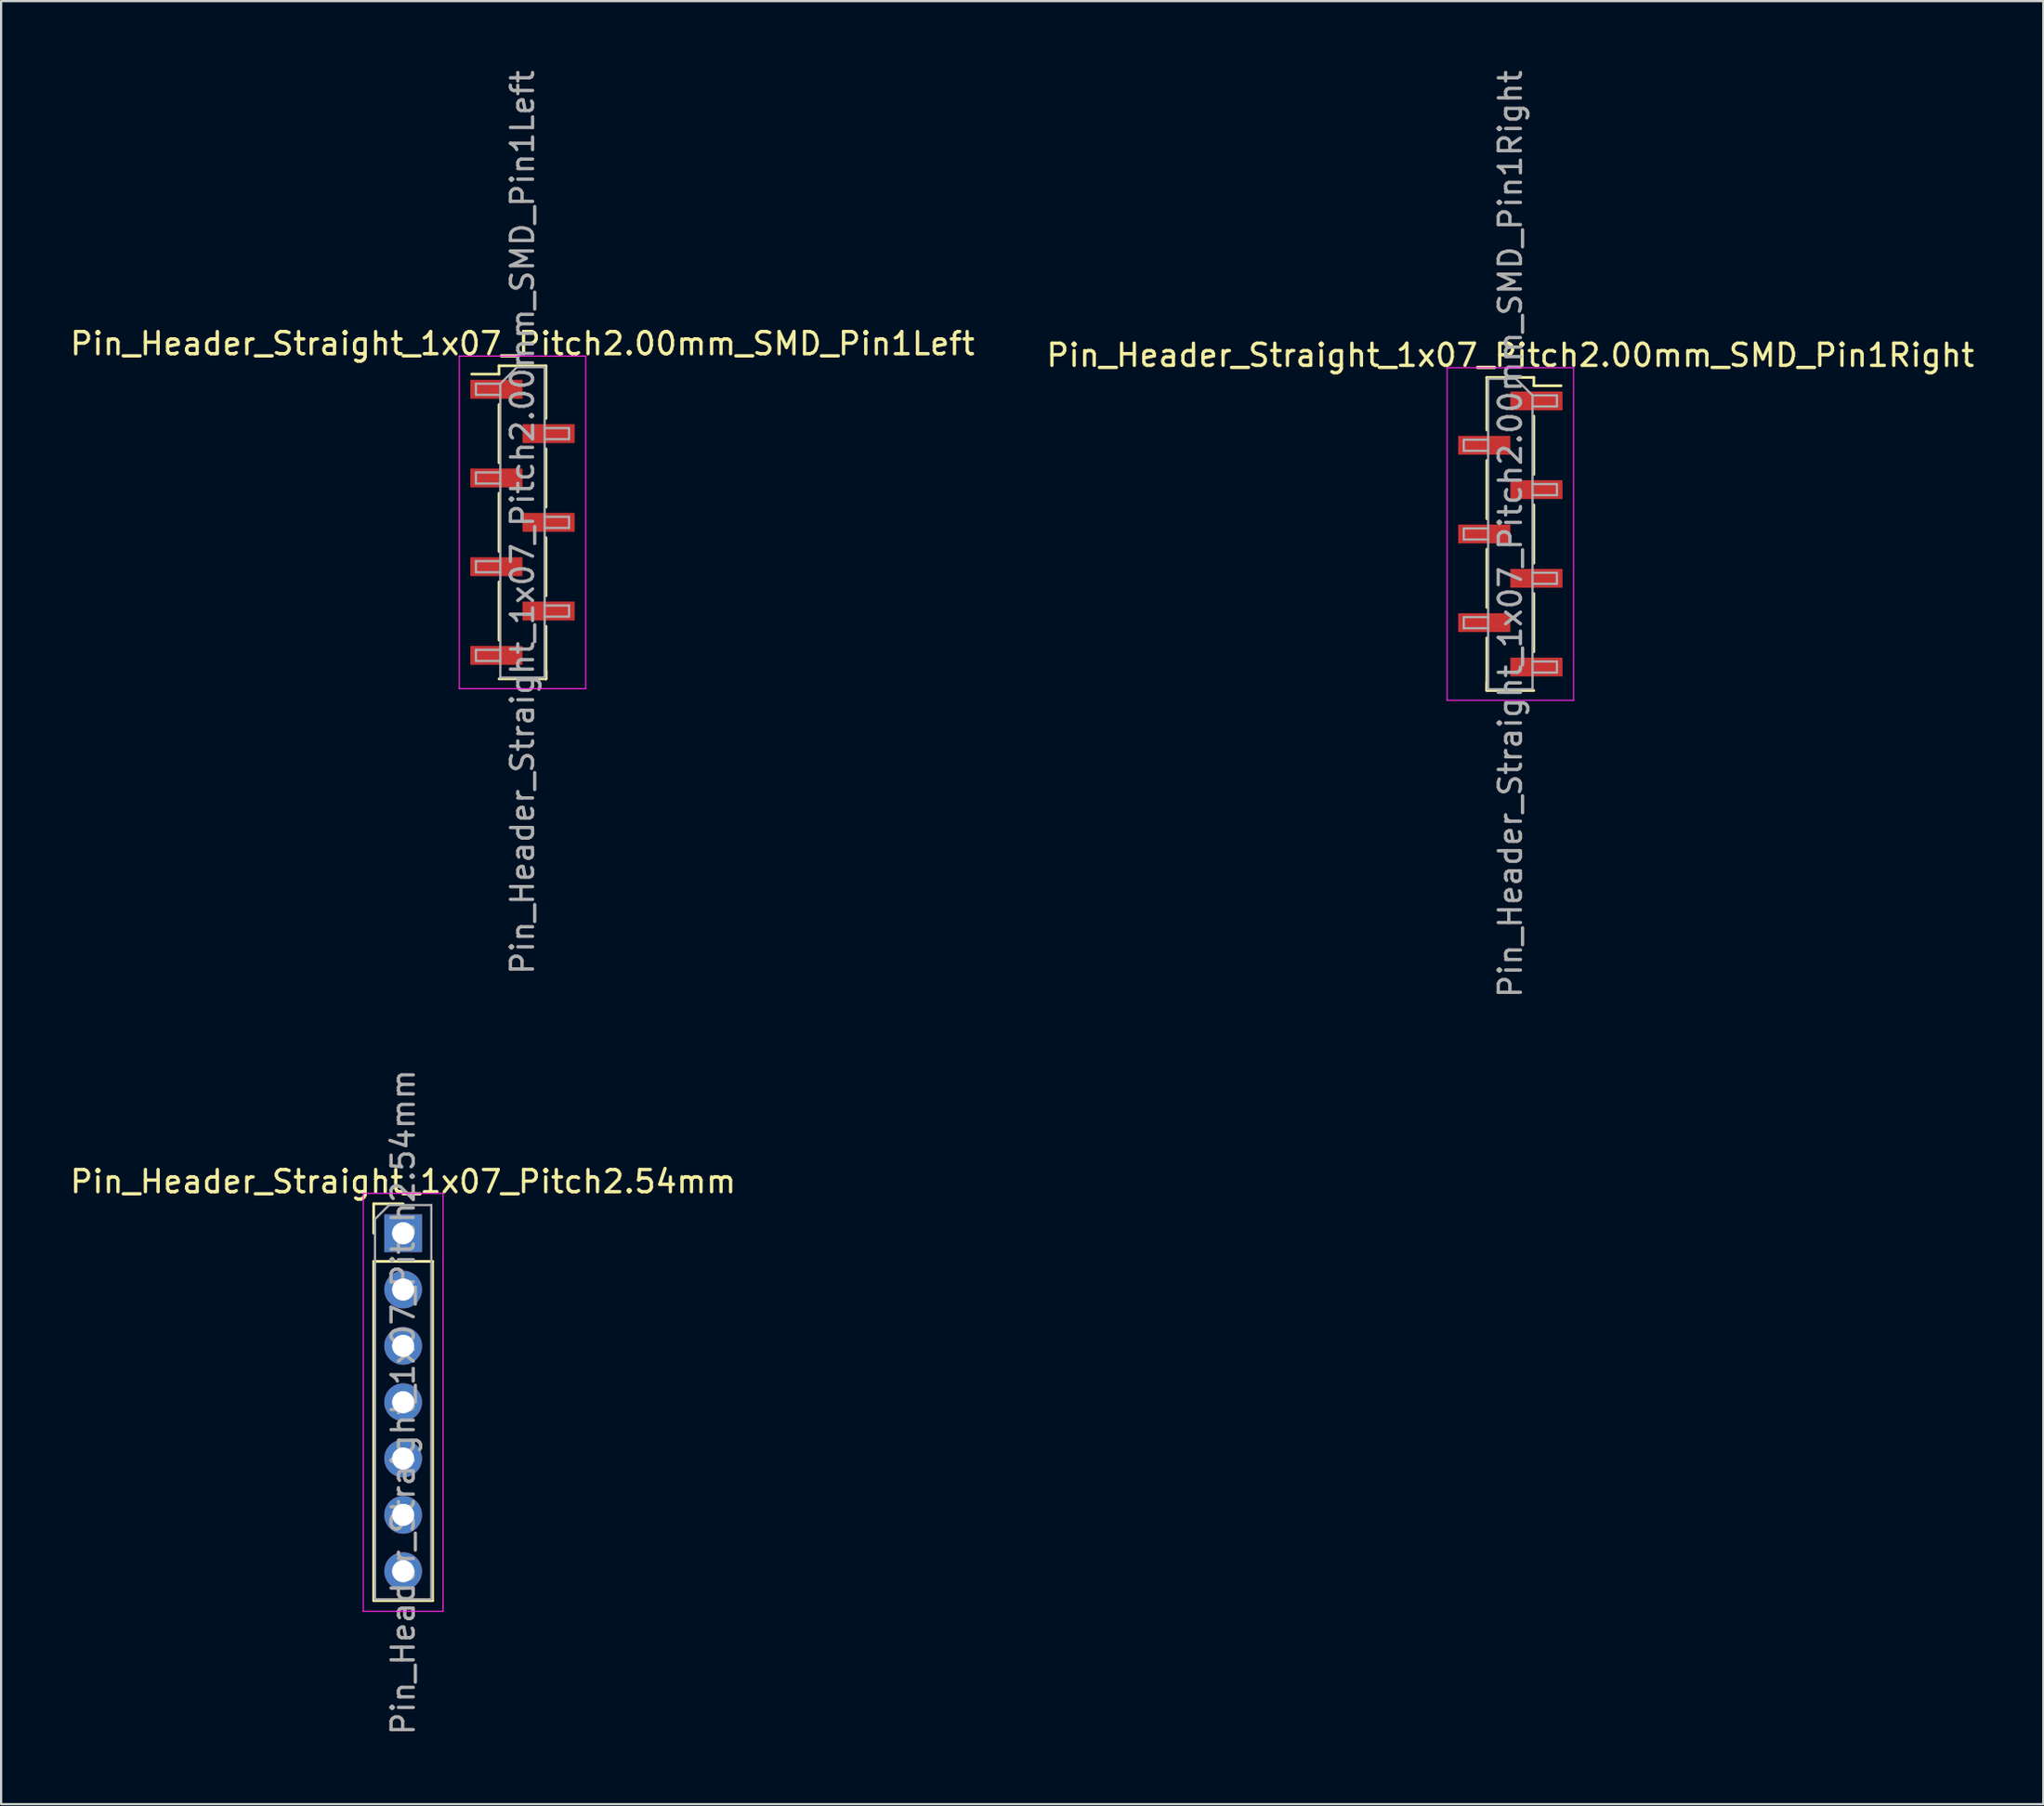
<source format=kicad_pcb>
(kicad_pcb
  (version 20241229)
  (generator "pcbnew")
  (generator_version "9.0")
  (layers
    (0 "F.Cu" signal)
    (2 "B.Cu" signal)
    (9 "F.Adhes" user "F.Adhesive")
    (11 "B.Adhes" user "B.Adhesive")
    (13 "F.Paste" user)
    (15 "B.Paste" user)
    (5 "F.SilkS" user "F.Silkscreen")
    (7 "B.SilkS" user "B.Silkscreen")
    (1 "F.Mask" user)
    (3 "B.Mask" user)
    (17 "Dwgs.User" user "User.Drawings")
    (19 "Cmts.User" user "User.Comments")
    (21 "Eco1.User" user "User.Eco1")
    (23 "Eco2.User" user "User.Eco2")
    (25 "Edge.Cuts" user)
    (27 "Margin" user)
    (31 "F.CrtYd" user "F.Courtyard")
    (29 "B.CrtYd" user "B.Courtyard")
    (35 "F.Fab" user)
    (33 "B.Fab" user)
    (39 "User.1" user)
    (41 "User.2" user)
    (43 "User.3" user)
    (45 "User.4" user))
  (footprint "Pin_Header_Straight_1x07_Pitch2.00mm_SMD_Pin1Left"
    (layer "F.Cu")
    (at 20.506 20.506)
    (property "Reference" "Pin_Header_Straight_1x07_Pitch2.00mm_SMD_Pin1Left" (at 0 -8.06 0) (layer "F.SilkS") (effects (font (size 1 1) (thickness 0.15))))
    (attr smd)
    (fp_line (start -1.06 -7.06) (end -1.06 -6.685) (stroke (width 0.12) (type solid)) (layer "F.SilkS"))
    (fp_line (start -1.06 -7.06) (end 1.06 -7.06) (stroke (width 0.12) (type solid)) (layer "F.SilkS"))
    (fp_line (start -1.06 -6.685) (end -2.29 -6.685) (stroke (width 0.12) (type solid)) (layer "F.SilkS"))
    (fp_line (start -1.06 -5.315) (end -1.06 -2.685) (stroke (width 0.12) (type solid)) (layer "F.SilkS"))
    (fp_line (start -1.06 -1.315) (end -1.06 1.315) (stroke (width 0.12) (type solid)) (layer "F.SilkS"))
    (fp_line (start -1.06 2.685) (end -1.06 5.315) (stroke (width 0.12) (type solid)) (layer "F.SilkS"))
    (fp_line (start -1.06 7.06) (end 1.06 7.06) (stroke (width 0.12) (type solid)) (layer "F.SilkS"))
    (fp_line (start 1.06 -7.06) (end 1.06 -4.685) (stroke (width 0.12) (type solid)) (layer "F.SilkS"))
    (fp_line (start 1.06 -3.315) (end 1.06 -0.685) (stroke (width 0.12) (type solid)) (layer "F.SilkS"))
    (fp_line (start 1.06 0.685) (end 1.06 3.315) (stroke (width 0.12) (type solid)) (layer "F.SilkS"))
    (fp_line (start 1.06 4.685) (end 1.06 7.06) (stroke (width 0.12) (type solid)) (layer "F.SilkS"))
    (fp_line (start 1.06 6.685) (end 1.06 7.06) (stroke (width 0.12) (type solid)) (layer "F.SilkS"))
    (fp_line (start -2.85 -7.5) (end -2.85 7.5) (stroke (width 0.05) (type solid)) (layer "F.CrtYd"))
    (fp_line (start -2.85 7.5) (end 2.85 7.5) (stroke (width 0.05) (type solid)) (layer "F.CrtYd"))
    (fp_line (start 2.85 -7.5) (end -2.85 -7.5) (stroke (width 0.05) (type solid)) (layer "F.CrtYd"))
    (fp_line (start 2.85 7.5) (end 2.85 -7.5) (stroke (width 0.05) (type solid)) (layer "F.CrtYd"))
    (fp_line (start -2.1 -6.25) (end -2.1 -5.75) (stroke (width 0.1) (type solid)) (layer "F.Fab"))
    (fp_line (start -2.1 -5.75) (end -1 -5.75) (stroke (width 0.1) (type solid)) (layer "F.Fab"))
    (fp_line (start -2.1 -2.25) (end -2.1 -1.75) (stroke (width 0.1) (type solid)) (layer "F.Fab"))
    (fp_line (start -2.1 -1.75) (end -1 -1.75) (stroke (width 0.1) (type solid)) (layer "F.Fab"))
    (fp_line (start -2.1 1.75) (end -2.1 2.25) (stroke (width 0.1) (type solid)) (layer "F.Fab"))
    (fp_line (start -2.1 2.25) (end -1 2.25) (stroke (width 0.1) (type solid)) (layer "F.Fab"))
    (fp_line (start -2.1 5.75) (end -2.1 6.25) (stroke (width 0.1) (type solid)) (layer "F.Fab"))
    (fp_line (start -2.1 6.25) (end -1 6.25) (stroke (width 0.1) (type solid)) (layer "F.Fab"))
    (fp_line (start -1 -6.25) (end -2.1 -6.25) (stroke (width 0.1) (type solid)) (layer "F.Fab"))
    (fp_line (start -1 -6.25) (end -0.25 -7) (stroke (width 0.1) (type solid)) (layer "F.Fab"))
    (fp_line (start -1 -2.25) (end -2.1 -2.25) (stroke (width 0.1) (type solid)) (layer "F.Fab"))
    (fp_line (start -1 1.75) (end -2.1 1.75) (stroke (width 0.1) (type solid)) (layer "F.Fab"))
    (fp_line (start -1 5.75) (end -2.1 5.75) (stroke (width 0.1) (type solid)) (layer "F.Fab"))
    (fp_line (start -1 7) (end -1 -6.25) (stroke (width 0.1) (type solid)) (layer "F.Fab"))
    (fp_line (start -0.25 -7) (end 1 -7) (stroke (width 0.1) (type solid)) (layer "F.Fab"))
    (fp_line (start 1 -7) (end 1 7) (stroke (width 0.1) (type solid)) (layer "F.Fab"))
    (fp_line (start 1 -4.25) (end 2.1 -4.25) (stroke (width 0.1) (type solid)) (layer "F.Fab"))
    (fp_line (start 1 -0.25) (end 2.1 -0.25) (stroke (width 0.1) (type solid)) (layer "F.Fab"))
    (fp_line (start 1 3.75) (end 2.1 3.75) (stroke (width 0.1) (type solid)) (layer "F.Fab"))
    (fp_line (start 1 7) (end -1 7) (stroke (width 0.1) (type solid)) (layer "F.Fab"))
    (fp_line (start 2.1 -4.25) (end 2.1 -3.75) (stroke (width 0.1) (type solid)) (layer "F.Fab"))
    (fp_line (start 2.1 -3.75) (end 1 -3.75) (stroke (width 0.1) (type solid)) (layer "F.Fab"))
    (fp_line (start 2.1 -0.25) (end 2.1 0.25) (stroke (width 0.1) (type solid)) (layer "F.Fab"))
    (fp_line (start 2.1 0.25) (end 1 0.25) (stroke (width 0.1) (type solid)) (layer "F.Fab"))
    (fp_line (start 2.1 3.75) (end 2.1 4.25) (stroke (width 0.1) (type solid)) (layer "F.Fab"))
    (fp_line (start 2.1 4.25) (end 1 4.25) (stroke (width 0.1) (type solid)) (layer "F.Fab"))
    (fp_text user "${REFERENCE}" (at 0 0 90) (layer "F.Fab") (effects (font (size 1 1) (thickness 0.15))))
    (pad "1" smd rect (at -1.175 -6) (size 2.35 0.85) (layers "F.Cu" "F.Mask" "F.Paste"))
    (pad "2" smd rect (at 1.175 -4) (size 2.35 0.85) (layers "F.Cu" "F.Mask" "F.Paste"))
    (pad "3" smd rect (at -1.175 -2) (size 2.35 0.85) (layers "F.Cu" "F.Mask" "F.Paste"))
    (pad "4" smd rect (at 1.175 0) (size 2.35 0.85) (layers "F.Cu" "F.Mask" "F.Paste"))
    (pad "5" smd rect (at -1.175 2) (size 2.35 0.85) (layers "F.Cu" "F.Mask" "F.Paste"))
    (pad "6" smd rect (at 1.175 4) (size 2.35 0.85) (layers "F.Cu" "F.Mask" "F.Paste"))
    (pad "7" smd rect (at -1.175 6) (size 2.35 0.85) (layers "F.Cu" "F.Mask" "F.Paste")))
  (footprint "Pin_Header_Straight_1x07_Pitch2.00mm_SMD_Pin1Right"
    (layer "F.Cu")
    (at 65.042 21.03)
    (property "Reference" "Pin_Header_Straight_1x07_Pitch2.00mm_SMD_Pin1Right" (at 0 -8.06 0) (layer "F.SilkS") (effects (font (size 1 1) (thickness 0.15))))
    (attr smd)
    (fp_line (start -1.06 -7.06) (end -1.06 -4.685) (stroke (width 0.12) (type solid)) (layer "F.SilkS"))
    (fp_line (start -1.06 -7.06) (end 1.06 -7.06) (stroke (width 0.12) (type solid)) (layer "F.SilkS"))
    (fp_line (start -1.06 -3.315) (end -1.06 -0.685) (stroke (width 0.12) (type solid)) (layer "F.SilkS"))
    (fp_line (start -1.06 0.685) (end -1.06 3.315) (stroke (width 0.12) (type solid)) (layer "F.SilkS"))
    (fp_line (start -1.06 4.685) (end -1.06 7.06) (stroke (width 0.12) (type solid)) (layer "F.SilkS"))
    (fp_line (start -1.06 6.685) (end -1.06 7.06) (stroke (width 0.12) (type solid)) (layer "F.SilkS"))
    (fp_line (start -1.06 7.06) (end 1.06 7.06) (stroke (width 0.12) (type solid)) (layer "F.SilkS"))
    (fp_line (start 1.06 -7.06) (end 1.06 -6.685) (stroke (width 0.12) (type solid)) (layer "F.SilkS"))
    (fp_line (start 1.06 -6.685) (end 2.29 -6.685) (stroke (width 0.12) (type solid)) (layer "F.SilkS"))
    (fp_line (start 1.06 -5.315) (end 1.06 -2.685) (stroke (width 0.12) (type solid)) (layer "F.SilkS"))
    (fp_line (start 1.06 -1.315) (end 1.06 1.315) (stroke (width 0.12) (type solid)) (layer "F.SilkS"))
    (fp_line (start 1.06 2.685) (end 1.06 5.315) (stroke (width 0.12) (type solid)) (layer "F.SilkS"))
    (fp_line (start -2.85 -7.5) (end -2.85 7.5) (stroke (width 0.05) (type solid)) (layer "F.CrtYd"))
    (fp_line (start -2.85 7.5) (end 2.85 7.5) (stroke (width 0.05) (type solid)) (layer "F.CrtYd"))
    (fp_line (start 2.85 -7.5) (end -2.85 -7.5) (stroke (width 0.05) (type solid)) (layer "F.CrtYd"))
    (fp_line (start 2.85 7.5) (end 2.85 -7.5) (stroke (width 0.05) (type solid)) (layer "F.CrtYd"))
    (fp_line (start -2.1 -4.25) (end -2.1 -3.75) (stroke (width 0.1) (type solid)) (layer "F.Fab"))
    (fp_line (start -2.1 -3.75) (end -1 -3.75) (stroke (width 0.1) (type solid)) (layer "F.Fab"))
    (fp_line (start -2.1 -0.25) (end -2.1 0.25) (stroke (width 0.1) (type solid)) (layer "F.Fab"))
    (fp_line (start -2.1 0.25) (end -1 0.25) (stroke (width 0.1) (type solid)) (layer "F.Fab"))
    (fp_line (start -2.1 3.75) (end -2.1 4.25) (stroke (width 0.1) (type solid)) (layer "F.Fab"))
    (fp_line (start -2.1 4.25) (end -1 4.25) (stroke (width 0.1) (type solid)) (layer "F.Fab"))
    (fp_line (start -1 -7) (end -1 7) (stroke (width 0.1) (type solid)) (layer "F.Fab"))
    (fp_line (start -1 -7) (end 0.25 -7) (stroke (width 0.1) (type solid)) (layer "F.Fab"))
    (fp_line (start -1 -4.25) (end -2.1 -4.25) (stroke (width 0.1) (type solid)) (layer "F.Fab"))
    (fp_line (start -1 -0.25) (end -2.1 -0.25) (stroke (width 0.1) (type solid)) (layer "F.Fab"))
    (fp_line (start -1 3.75) (end -2.1 3.75) (stroke (width 0.1) (type solid)) (layer "F.Fab"))
    (fp_line (start 1 -6.25) (end 0.25 -7) (stroke (width 0.1) (type solid)) (layer "F.Fab"))
    (fp_line (start 1 -6.25) (end 2.1 -6.25) (stroke (width 0.1) (type solid)) (layer "F.Fab"))
    (fp_line (start 1 -2.25) (end 2.1 -2.25) (stroke (width 0.1) (type solid)) (layer "F.Fab"))
    (fp_line (start 1 1.75) (end 2.1 1.75) (stroke (width 0.1) (type solid)) (layer "F.Fab"))
    (fp_line (start 1 5.75) (end 2.1 5.75) (stroke (width 0.1) (type solid)) (layer "F.Fab"))
    (fp_line (start 1 7) (end -1 7) (stroke (width 0.1) (type solid)) (layer "F.Fab"))
    (fp_line (start 1 7) (end 1 -6.25) (stroke (width 0.1) (type solid)) (layer "F.Fab"))
    (fp_line (start 2.1 -6.25) (end 2.1 -5.75) (stroke (width 0.1) (type solid)) (layer "F.Fab"))
    (fp_line (start 2.1 -5.75) (end 1 -5.75) (stroke (width 0.1) (type solid)) (layer "F.Fab"))
    (fp_line (start 2.1 -2.25) (end 2.1 -1.75) (stroke (width 0.1) (type solid)) (layer "F.Fab"))
    (fp_line (start 2.1 -1.75) (end 1 -1.75) (stroke (width 0.1) (type solid)) (layer "F.Fab"))
    (fp_line (start 2.1 1.75) (end 2.1 2.25) (stroke (width 0.1) (type solid)) (layer "F.Fab"))
    (fp_line (start 2.1 2.25) (end 1 2.25) (stroke (width 0.1) (type solid)) (layer "F.Fab"))
    (fp_line (start 2.1 5.75) (end 2.1 6.25) (stroke (width 0.1) (type solid)) (layer "F.Fab"))
    (fp_line (start 2.1 6.25) (end 1 6.25) (stroke (width 0.1) (type solid)) (layer "F.Fab"))
    (fp_text user "${REFERENCE}" (at 0 0 90) (layer "F.Fab") (effects (font (size 1 1) (thickness 0.15))))
    (pad "1" smd rect (at 1.175 -6) (size 2.35 0.85) (layers "F.Cu" "F.Mask" "F.Paste"))
    (pad "2" smd rect (at -1.175 -4) (size 2.35 0.85) (layers "F.Cu" "F.Mask" "F.Paste"))
    (pad "3" smd rect (at 1.175 -2) (size 2.35 0.85) (layers "F.Cu" "F.Mask" "F.Paste"))
    (pad "4" smd rect (at -1.175 0) (size 2.35 0.85) (layers "F.Cu" "F.Mask" "F.Paste"))
    (pad "5" smd rect (at 1.175 2) (size 2.35 0.85) (layers "F.Cu" "F.Mask" "F.Paste"))
    (pad "6" smd rect (at -1.175 4) (size 2.35 0.85) (layers "F.Cu" "F.Mask" "F.Paste"))
    (pad "7" smd rect (at 1.175 6) (size 2.35 0.85) (layers "F.Cu" "F.Mask" "F.Paste")))
  (footprint "Pin_Header_Straight_1x07_Pitch2.54mm"
    (layer "F.Cu")
    (at 15.125 52.565)
    (property "Reference" "Pin_Header_Straight_1x07_Pitch2.54mm" (at 0 -2.33 0) (layer "F.SilkS") (effects (font (size 1 1) (thickness 0.15))))
    (attr through_hole)
    (fp_line (start -1.33 -1.33) (end 0 -1.33) (stroke (width 0.12) (type solid)) (layer "F.SilkS"))
    (fp_line (start -1.33 0) (end -1.33 -1.33) (stroke (width 0.12) (type solid)) (layer "F.SilkS"))
    (fp_line (start -1.33 1.27) (end -1.33 16.57) (stroke (width 0.12) (type solid)) (layer "F.SilkS"))
    (fp_line (start -1.33 1.27) (end 1.33 1.27) (stroke (width 0.12) (type solid)) (layer "F.SilkS"))
    (fp_line (start -1.33 16.57) (end 1.33 16.57) (stroke (width 0.12) (type solid)) (layer "F.SilkS"))
    (fp_line (start 1.33 1.27) (end 1.33 16.57) (stroke (width 0.12) (type solid)) (layer "F.SilkS"))
    (fp_line (start -1.8 -1.8) (end -1.8 17.05) (stroke (width 0.05) (type solid)) (layer "F.CrtYd"))
    (fp_line (start -1.8 17.05) (end 1.8 17.05) (stroke (width 0.05) (type solid)) (layer "F.CrtYd"))
    (fp_line (start 1.8 -1.8) (end -1.8 -1.8) (stroke (width 0.05) (type solid)) (layer "F.CrtYd"))
    (fp_line (start 1.8 17.05) (end 1.8 -1.8) (stroke (width 0.05) (type solid)) (layer "F.CrtYd"))
    (fp_line (start -1.27 -0.635) (end -0.635 -1.27) (stroke (width 0.1) (type solid)) (layer "F.Fab"))
    (fp_line (start -1.27 16.51) (end -1.27 -0.635) (stroke (width 0.1) (type solid)) (layer "F.Fab"))
    (fp_line (start -0.635 -1.27) (end 1.27 -1.27) (stroke (width 0.1) (type solid)) (layer "F.Fab"))
    (fp_line (start 1.27 -1.27) (end 1.27 16.51) (stroke (width 0.1) (type solid)) (layer "F.Fab"))
    (fp_line (start 1.27 16.51) (end -1.27 16.51) (stroke (width 0.1) (type solid)) (layer "F.Fab"))
    (fp_text user "${REFERENCE}" (at 0 7.62 90) (layer "F.Fab") (effects (font (size 1 1) (thickness 0.15))))
    (pad "1" thru_hole rect (at 0 0) (size 1.7 1.7) (drill 1) (layers "*.Cu" "*.Mask"))
    (pad "2" thru_hole oval (at 0 2.54) (size 1.7 1.7) (drill 1) (layers "*.Cu" "*.Mask"))
    (pad "3" thru_hole oval (at 0 5.08) (size 1.7 1.7) (drill 1) (layers "*.Cu" "*.Mask"))
    (pad "4" thru_hole oval (at 0 7.62) (size 1.7 1.7) (drill 1) (layers "*.Cu" "*.Mask"))
    (pad "5" thru_hole oval (at 0 10.16) (size 1.7 1.7) (drill 1) (layers "*.Cu" "*.Mask"))
    (pad "6" thru_hole oval (at 0 12.7) (size 1.7 1.7) (drill 1) (layers "*.Cu" "*.Mask"))
    (pad "7" thru_hole oval (at 0 15.24) (size 1.7 1.7) (drill 1) (layers "*.Cu" "*.Mask")))
  (gr_rect
    (start -3 -3)
    (end 89.071 78.31)
    (stroke (width 0.1) (type default))
    (fill no)
    (layer "Edge.Cuts")))
</source>
